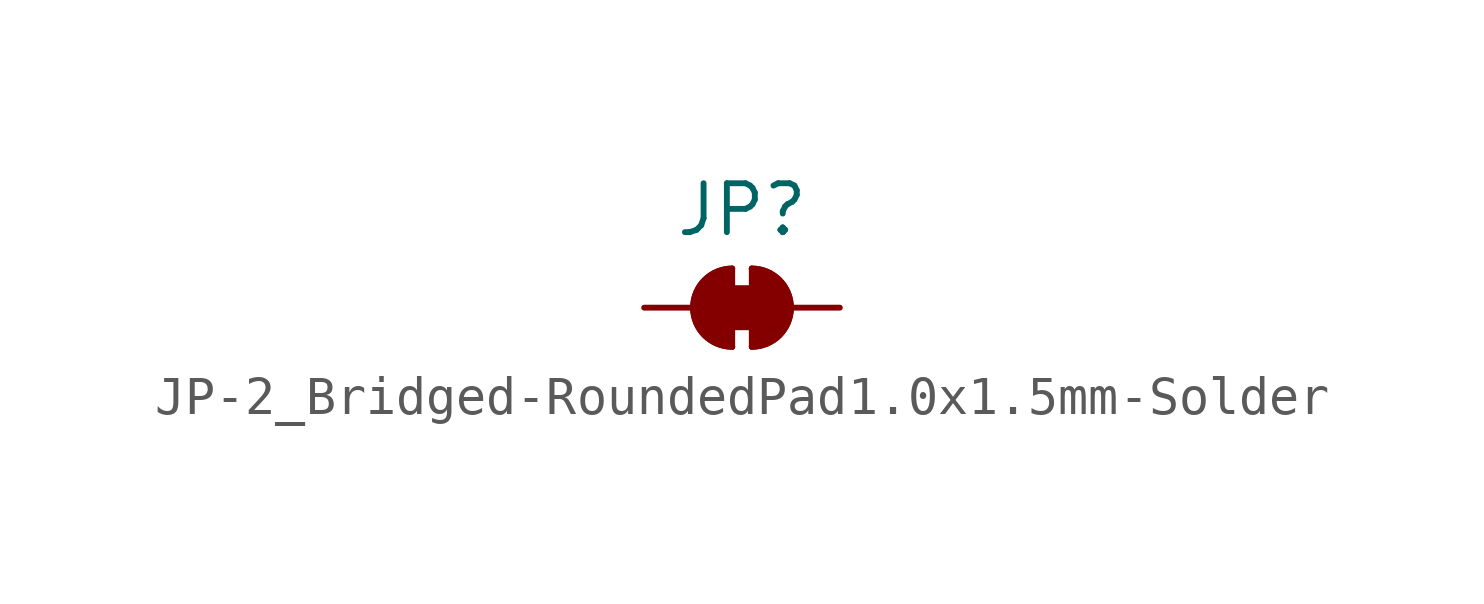
<source format=kicad_sym>
(kicad_symbol_lib
  (version 20241209)
  (generator "kicad_symbol_editor")
  (generator_version "9.0")
  (symbol "JP-2_Bridged-RoundedPad1.0x1.5mm-Solder"
    (pin_numbers
      (hide yes))
    (pin_names
      (offset 0)
      (hide yes))
    (property "Reference" "JP"
      (at 0 2.54 0)
      (effects (font (size 1.27 1.27))))
    (symbol "JP-2_Bridged-RoundedPad1.0x1.5mm-Solder_0_1"
      (rectangle (start -0.508 0.508) (end 0.508 -0.508) (stroke (width 0) (type default)) (fill (type outline)))
      (polyline (pts (xy -0.254 1.016) (xy -0.254 -1.016)) (stroke (width 0) (type default)) (fill (type none)))
      (arc (start -0.254 -1.016) (mid -1.2656 0) (end -0.254 1.016) (stroke (width 0) (type default)) (fill (type none)))
      (arc (start -0.254 -1.016) (mid -1.2656 0) (end -0.254 1.016) (stroke (width 0) (type default)) (fill (type outline)))
      (arc (start 0.254 1.016) (mid 1.2656 0) (end 0.254 -1.016) (stroke (width 0) (type default)) (fill (type none)))
      (arc (start 0.254 1.016) (mid 1.2656 0) (end 0.254 -1.016) (stroke (width 0) (type default)) (fill (type outline)))
      (polyline (pts (xy 0.254 1.016) (xy 0.254 -1.016)) (stroke (width 0) (type default)) (fill (type none))))
    (symbol "JP-2_Bridged-RoundedPad1.0x1.5mm-Solder_1_1"
      (pin passive line (at -2.54 0 0) (length 1.27) (name "A" (effects (font (size 1.27 1.27)))) (number "1" (effects (font (size 1.27 1.27)))))
      (pin passive line (at 2.54 0 180) (length 1.27) (name "B" (effects (font (size 1.27 1.27)))) (number "2" (effects (font (size 1.27 1.27))))))))
</source>
